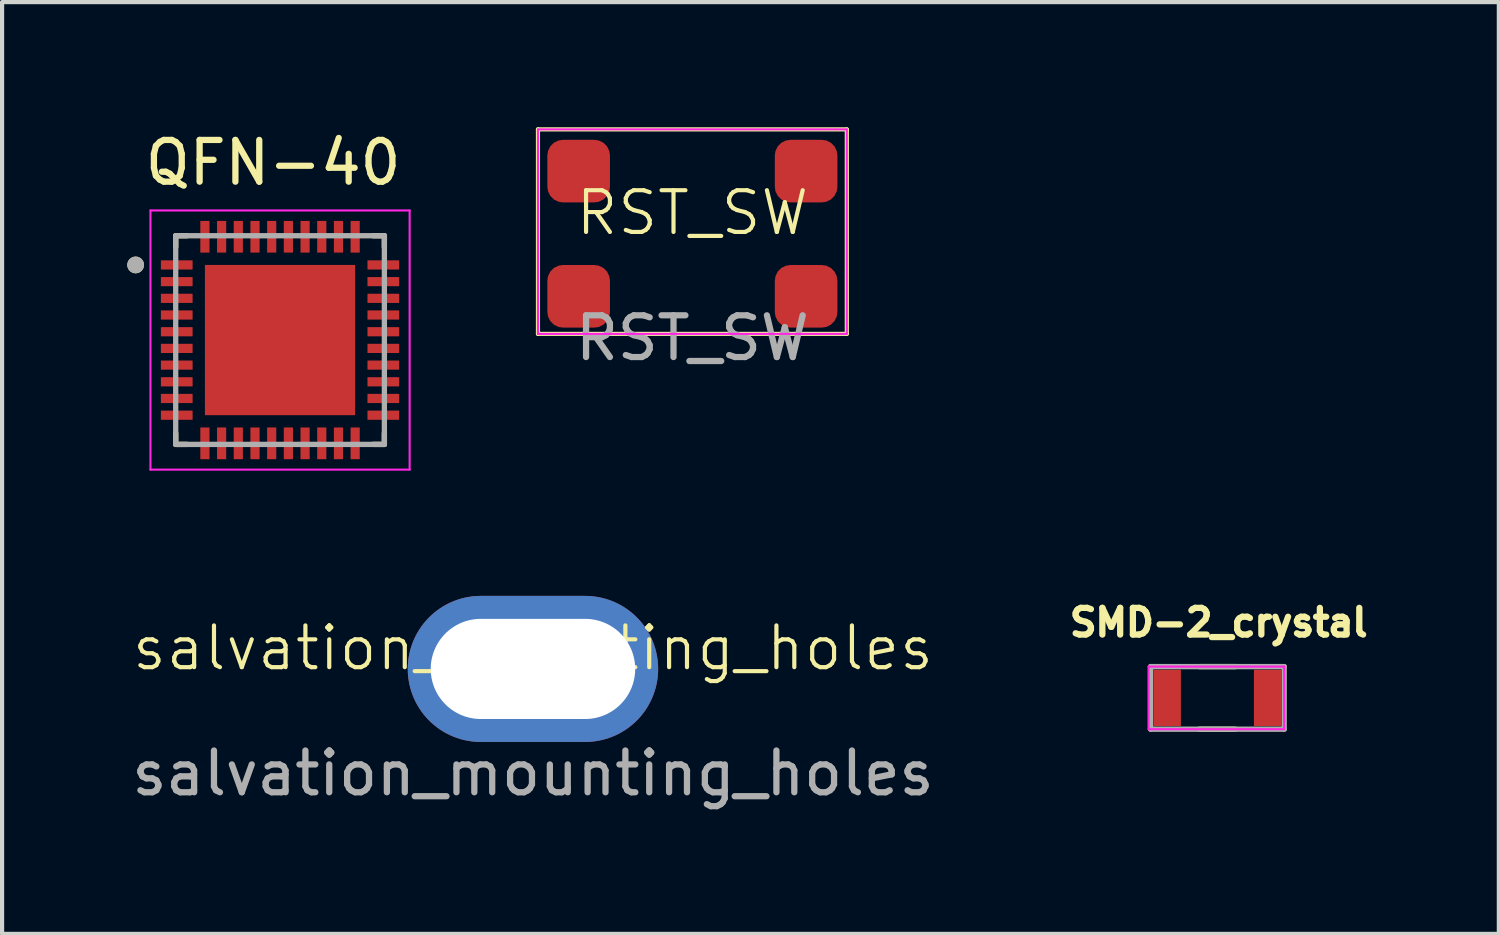
<source format=kicad_pcb>
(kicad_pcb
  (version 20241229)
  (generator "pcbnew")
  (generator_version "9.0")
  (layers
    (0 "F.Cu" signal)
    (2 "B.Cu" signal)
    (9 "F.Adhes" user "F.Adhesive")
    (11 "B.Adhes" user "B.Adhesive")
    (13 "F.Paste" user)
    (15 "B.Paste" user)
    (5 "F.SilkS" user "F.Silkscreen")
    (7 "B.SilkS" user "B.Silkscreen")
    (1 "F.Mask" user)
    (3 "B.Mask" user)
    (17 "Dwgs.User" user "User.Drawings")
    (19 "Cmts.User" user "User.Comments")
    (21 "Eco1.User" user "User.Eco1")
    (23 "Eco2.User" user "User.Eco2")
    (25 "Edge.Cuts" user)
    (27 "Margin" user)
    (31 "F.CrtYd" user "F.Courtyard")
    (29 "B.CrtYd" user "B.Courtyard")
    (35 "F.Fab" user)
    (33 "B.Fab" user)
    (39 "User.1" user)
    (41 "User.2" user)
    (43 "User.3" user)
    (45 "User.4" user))
  (footprint "QFN-40"
    (layer "F.Cu")
    (at 3.66 5.098)
    (property "Reference" "QFN-40" (at -0.165 -4.25 0) (layer "F.SilkS") (effects (font (size 1 1) (thickness 0.15))))
    (attr smd)
    (fp_line (start -2.5 -2.5) (end -2.5 -2.23) (stroke (width 0.127) (type solid)) (layer "F.SilkS"))
    (fp_line (start -2.5 -2.5) (end -2.23 -2.5) (stroke (width 0.127) (type solid)) (layer "F.SilkS"))
    (fp_line (start -2.5 2.5) (end -2.5 2.23) (stroke (width 0.127) (type solid)) (layer "F.SilkS"))
    (fp_line (start -2.5 2.5) (end -2.23 2.5) (stroke (width 0.127) (type solid)) (layer "F.SilkS"))
    (fp_line (start 2.5 -2.5) (end 2.23 -2.5) (stroke (width 0.127) (type solid)) (layer "F.SilkS"))
    (fp_line (start 2.5 -2.5) (end 2.5 -2.23) (stroke (width 0.127) (type solid)) (layer "F.SilkS"))
    (fp_line (start 2.5 2.5) (end 2.23 2.5) (stroke (width 0.127) (type solid)) (layer "F.SilkS"))
    (fp_line (start 2.5 2.5) (end 2.5 2.23) (stroke (width 0.127) (type solid)) (layer "F.SilkS"))
    (fp_circle (center -3.46 -1.8) (end -3.36 -1.8) (stroke (width 0.2) (type solid)) (fill no) (layer "F.SilkS"))
    (fp_poly (pts (xy -1.14 -1.14) (xy 1.14 -1.14) (xy 1.14 1.14) (xy -1.14 1.14)) (stroke (width 0.01) (type solid)) (fill yes) (layer "F.Paste"))
    (fp_line (start -3.105 -3.105) (end 3.105 -3.105) (stroke (width 0.05) (type solid)) (layer "F.CrtYd"))
    (fp_line (start -3.105 3.105) (end -3.105 -3.105) (stroke (width 0.05) (type solid)) (layer "F.CrtYd"))
    (fp_line (start -3.105 3.105) (end 3.105 3.105) (stroke (width 0.05) (type solid)) (layer "F.CrtYd"))
    (fp_line (start 3.105 3.105) (end 3.105 -3.105) (stroke (width 0.05) (type solid)) (layer "F.CrtYd"))
    (fp_line (start -2.5 2.5) (end -2.5 -2.5) (stroke (width 0.127) (type solid)) (layer "F.Fab"))
    (fp_line (start 2.5 -2.5) (end -2.5 -2.5) (stroke (width 0.127) (type solid)) (layer "F.Fab"))
    (fp_line (start 2.5 2.5) (end -2.5 2.5) (stroke (width 0.127) (type solid)) (layer "F.Fab"))
    (fp_line (start 2.5 2.5) (end 2.5 -2.5) (stroke (width 0.127) (type solid)) (layer "F.Fab"))
    (fp_circle (center -3.46 -1.8) (end -3.36 -1.8) (stroke (width 0.2) (type solid)) (fill no) (layer "F.Fab"))
    (pad "1" smd roundrect (at -2.475 -1.8) (size 0.76 0.22) (layers "F.Cu" "F.Mask" "F.Paste") (roundrect_rratio 0.03))
    (pad "2" smd roundrect (at -2.475 -1.4) (size 0.76 0.22) (layers "F.Cu" "F.Mask" "F.Paste") (roundrect_rratio 0.03))
    (pad "3" smd roundrect (at -2.475 -1) (size 0.76 0.22) (layers "F.Cu" "F.Mask" "F.Paste") (roundrect_rratio 0.03))
    (pad "4" smd roundrect (at -2.475 -0.6) (size 0.76 0.22) (layers "F.Cu" "F.Mask" "F.Paste") (roundrect_rratio 0.03))
    (pad "5" smd roundrect (at -2.475 -0.2) (size 0.76 0.22) (layers "F.Cu" "F.Mask" "F.Paste") (roundrect_rratio 0.03))
    (pad "6" smd roundrect (at -2.475 0.2) (size 0.76 0.22) (layers "F.Cu" "F.Mask" "F.Paste") (roundrect_rratio 0.03))
    (pad "7" smd roundrect (at -2.475 0.6) (size 0.76 0.22) (layers "F.Cu" "F.Mask" "F.Paste") (roundrect_rratio 0.03))
    (pad "8" smd roundrect (at -2.475 1) (size 0.76 0.22) (layers "F.Cu" "F.Mask" "F.Paste") (roundrect_rratio 0.03))
    (pad "9" smd roundrect (at -2.475 1.4) (size 0.76 0.22) (layers "F.Cu" "F.Mask" "F.Paste") (roundrect_rratio 0.03))
    (pad "10" smd roundrect (at -2.475 1.8) (size 0.76 0.22) (layers "F.Cu" "F.Mask" "F.Paste") (roundrect_rratio 0.03))
    (pad "11" smd roundrect (at -1.8 2.475 90) (size 0.76 0.22) (layers "F.Cu" "F.Mask" "F.Paste") (roundrect_rratio 0.03))
    (pad "12" smd roundrect (at -1.4 2.475 90) (size 0.76 0.22) (layers "F.Cu" "F.Mask" "F.Paste") (roundrect_rratio 0.03))
    (pad "13" smd roundrect (at -1 2.475 90) (size 0.76 0.22) (layers "F.Cu" "F.Mask" "F.Paste") (roundrect_rratio 0.03))
    (pad "14" smd roundrect (at -0.6 2.475 90) (size 0.76 0.22) (layers "F.Cu" "F.Mask" "F.Paste") (roundrect_rratio 0.03))
    (pad "15" smd roundrect (at -0.2 2.475 90) (size 0.76 0.22) (layers "F.Cu" "F.Mask" "F.Paste") (roundrect_rratio 0.03))
    (pad "16" smd roundrect (at 0.2 2.475 90) (size 0.76 0.22) (layers "F.Cu" "F.Mask" "F.Paste") (roundrect_rratio 0.03))
    (pad "17" smd roundrect (at 0.6 2.475 90) (size 0.76 0.22) (layers "F.Cu" "F.Mask" "F.Paste") (roundrect_rratio 0.03))
    (pad "18" smd roundrect (at 1 2.475 90) (size 0.76 0.22) (layers "F.Cu" "F.Mask" "F.Paste") (roundrect_rratio 0.03))
    (pad "19" smd roundrect (at 1.4 2.475 90) (size 0.76 0.22) (layers "F.Cu" "F.Mask" "F.Paste") (roundrect_rratio 0.03))
    (pad "20" smd roundrect (at 1.8 2.475 90) (size 0.76 0.22) (layers "F.Cu" "F.Mask" "F.Paste") (roundrect_rratio 0.03))
    (pad "21" smd roundrect (at 2.475 1.8) (size 0.76 0.22) (layers "F.Cu" "F.Mask" "F.Paste") (roundrect_rratio 0.03))
    (pad "22" smd roundrect (at 2.475 1.4) (size 0.76 0.22) (layers "F.Cu" "F.Mask" "F.Paste") (roundrect_rratio 0.03))
    (pad "23" smd roundrect (at 2.475 1) (size 0.76 0.22) (layers "F.Cu" "F.Mask" "F.Paste") (roundrect_rratio 0.03))
    (pad "24" smd roundrect (at 2.475 0.6) (size 0.76 0.22) (layers "F.Cu" "F.Mask" "F.Paste") (roundrect_rratio 0.03))
    (pad "25" smd roundrect (at 2.475 0.2) (size 0.76 0.22) (layers "F.Cu" "F.Mask" "F.Paste") (roundrect_rratio 0.03))
    (pad "26" smd roundrect (at 2.475 -0.2) (size 0.76 0.22) (layers "F.Cu" "F.Mask" "F.Paste") (roundrect_rratio 0.03))
    (pad "27" smd roundrect (at 2.475 -0.6) (size 0.76 0.22) (layers "F.Cu" "F.Mask" "F.Paste") (roundrect_rratio 0.03))
    (pad "28" smd roundrect (at 2.475 -1) (size 0.76 0.22) (layers "F.Cu" "F.Mask" "F.Paste") (roundrect_rratio 0.03))
    (pad "29" smd roundrect (at 2.475 -1.4) (size 0.76 0.22) (layers "F.Cu" "F.Mask" "F.Paste") (roundrect_rratio 0.03))
    (pad "30" smd roundrect (at 2.475 -1.8) (size 0.76 0.22) (layers "F.Cu" "F.Mask" "F.Paste") (roundrect_rratio 0.03))
    (pad "31" smd roundrect (at 1.8 -2.475 90) (size 0.76 0.22) (layers "F.Cu" "F.Mask" "F.Paste") (roundrect_rratio 0.03))
    (pad "32" smd roundrect (at 1.4 -2.475 90) (size 0.76 0.22) (layers "F.Cu" "F.Mask" "F.Paste") (roundrect_rratio 0.03))
    (pad "33" smd roundrect (at 1 -2.475 90) (size 0.76 0.22) (layers "F.Cu" "F.Mask" "F.Paste") (roundrect_rratio 0.03))
    (pad "34" smd roundrect (at 0.6 -2.475 90) (size 0.76 0.22) (layers "F.Cu" "F.Mask" "F.Paste") (roundrect_rratio 0.03))
    (pad "35" smd roundrect (at 0.2 -2.475 90) (size 0.76 0.22) (layers "F.Cu" "F.Mask" "F.Paste") (roundrect_rratio 0.03))
    (pad "36" smd roundrect (at -0.2 -2.475 90) (size 0.76 0.22) (layers "F.Cu" "F.Mask" "F.Paste") (roundrect_rratio 0.03))
    (pad "37" smd roundrect (at -0.6 -2.475 90) (size 0.76 0.22) (layers "F.Cu" "F.Mask" "F.Paste") (roundrect_rratio 0.03))
    (pad "38" smd roundrect (at -1 -2.475 90) (size 0.76 0.22) (layers "F.Cu" "F.Mask" "F.Paste") (roundrect_rratio 0.03))
    (pad "39" smd roundrect (at -1.4 -2.475 90) (size 0.76 0.22) (layers "F.Cu" "F.Mask" "F.Paste") (roundrect_rratio 0.03))
    (pad "40" smd roundrect (at -1.8 -2.475 90) (size 0.76 0.22) (layers "F.Cu" "F.Mask" "F.Paste") (roundrect_rratio 0.03))
    (pad "41" smd rect (at 0 0) (size 3.6 3.6) (layers "F.Cu" "F.Mask")))
  (footprint "RST_SW"
    (layer "F.Cu")
    (at 13.54 2.55)
    (property "Reference" "RST_SW" (at 0 -0.5 0) (unlocked yes) (layer "F.SilkS") (effects (font (size 1 1) (thickness 0.1))))
    (attr smd)
    (fp_line (start -3.7 -2.5) (end 3.7 -2.5) (stroke (width 0.1) (type default)) (layer "F.SilkS"))
    (fp_line (start -3.7 2.4) (end -3.7 -2.5) (stroke (width 0.1) (type default)) (layer "F.SilkS"))
    (fp_line (start 3.7 -2.5) (end 3.7 2.4) (stroke (width 0.1) (type default)) (layer "F.SilkS"))
    (fp_line (start 3.7 2.4) (end -3.7 2.4) (stroke (width 0.1) (type default)) (layer "F.SilkS"))
    (fp_line (start -3.7 -2.5) (end 3.7 -2.5) (stroke (width 0.05) (type default)) (layer "F.CrtYd"))
    (fp_line (start -3.7 2.4) (end -3.7 -2.5) (stroke (width 0.05) (type default)) (layer "F.CrtYd"))
    (fp_line (start 3.7 -2.5) (end 3.7 2.4) (stroke (width 0.05) (type default)) (layer "F.CrtYd"))
    (fp_line (start 3.7 2.4) (end -3.7 2.4) (stroke (width 0.05) (type default)) (layer "F.CrtYd"))
    (fp_text user "${REFERENCE}" (at 0 2.5 0) (unlocked yes) (layer "F.Fab") (effects (font (size 1 1) (thickness 0.15))))
    (pad "1" smd roundrect (at -2.725 -1.5) (size 1.5 1.5) (layers "F.Cu" "F.Mask" "F.Paste") (roundrect_rratio 0.25))
    (pad "1" smd roundrect (at 2.725 -1.5) (size 1.5 1.5) (layers "F.Cu" "F.Mask" "F.Paste") (roundrect_rratio 0.25))
    (pad "2" smd roundrect (at -2.725 1.5) (size 1.5 1.5) (layers "F.Cu" "F.Mask" "F.Paste") (roundrect_rratio 0.25))
    (pad "2" smd roundrect (at 2.725 1.5) (size 1.5 1.5) (layers "F.Cu" "F.Mask" "F.Paste") (roundrect_rratio 0.25)))
  (footprint "salvation_mounting_holes"
    (layer "F.Cu")
    (at 9.72 12.978)
    (property "Reference" "salvation_mounting_holes" (at 0 -0.5 0) (unlocked yes) (layer "F.SilkS") (effects (font (size 1 1) (thickness 0.1))))
    (attr smd)
    (fp_text user "${REFERENCE}" (at 0 2.5 0) (unlocked yes) (layer "F.Fab") (effects (font (size 1 1) (thickness 0.15))))
    (pad "" thru_hole oval (at 0 0 90) (size 3.5 6) (drill oval 2.4 4.9) (layers "*.Cu" "*.Mask")))
  (footprint "SMD-2_crystal"
    (layer "F.Cu")
    (at 26.12 13.672)
    (property "Reference" "SMD-2_crystal" (at 0.032 -1.806 0) (layer "F.SilkS") (effects (font (size 0.64 0.64) (thickness 0.15))))
    (attr smd)
    (fp_line (start -0.43 -0.75) (end 0.43 -0.75) (stroke (width 0.127) (type solid)) (layer "F.SilkS"))
    (fp_line (start -0.43 0.75) (end 0.43 0.75) (stroke (width 0.127) (type solid)) (layer "F.SilkS"))
    (fp_line (start -1.65 -0.75) (end -1.65 0.75) (stroke (width 0.05) (type solid)) (layer "F.CrtYd"))
    (fp_line (start -1.65 0.75) (end 1.6 0.75) (stroke (width 0.05) (type solid)) (layer "F.CrtYd"))
    (fp_line (start 1.6 -0.75) (end -1.65 -0.75) (stroke (width 0.05) (type solid)) (layer "F.CrtYd"))
    (fp_line (start 1.6 0.75) (end 1.6 -0.75) (stroke (width 0.05) (type solid)) (layer "F.CrtYd"))
    (fp_line (start -1.6 -0.75) (end -1.6 0.75) (stroke (width 0.127) (type solid)) (layer "F.Fab"))
    (fp_line (start -1.6 -0.75) (end 1.6 -0.75) (stroke (width 0.127) (type solid)) (layer "F.Fab"))
    (fp_line (start -1.6 0.75) (end 1.6 0.75) (stroke (width 0.127) (type solid)) (layer "F.Fab"))
    (fp_line (start 1.6 -0.75) (end 1.6 0.75) (stroke (width 0.127) (type solid)) (layer "F.Fab"))
    (pad "1" smd rect (at -1.2 0) (size 0.65 1.35) (layers "F.Cu" "F.Mask" "F.Paste"))
    (pad "2" smd rect (at 1.2 0) (size 0.65 1.35) (layers "F.Cu" "F.Mask" "F.Paste")))
  (gr_rect
    (start -3 -3)
    (end 32.863 19.326)
    (stroke (width 0.1) (type default))
    (fill no)
    (layer "Edge.Cuts")))
</source>
